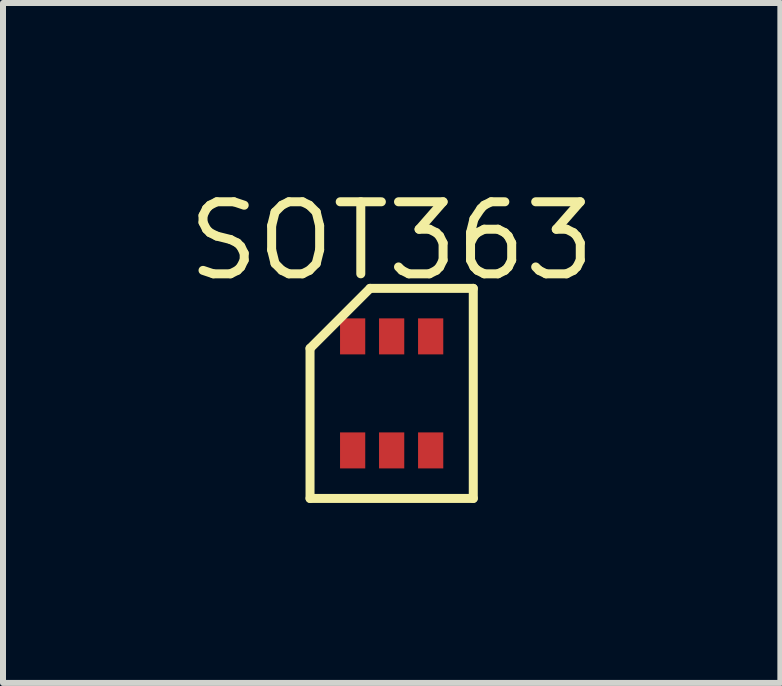
<source format=kicad_pcb>
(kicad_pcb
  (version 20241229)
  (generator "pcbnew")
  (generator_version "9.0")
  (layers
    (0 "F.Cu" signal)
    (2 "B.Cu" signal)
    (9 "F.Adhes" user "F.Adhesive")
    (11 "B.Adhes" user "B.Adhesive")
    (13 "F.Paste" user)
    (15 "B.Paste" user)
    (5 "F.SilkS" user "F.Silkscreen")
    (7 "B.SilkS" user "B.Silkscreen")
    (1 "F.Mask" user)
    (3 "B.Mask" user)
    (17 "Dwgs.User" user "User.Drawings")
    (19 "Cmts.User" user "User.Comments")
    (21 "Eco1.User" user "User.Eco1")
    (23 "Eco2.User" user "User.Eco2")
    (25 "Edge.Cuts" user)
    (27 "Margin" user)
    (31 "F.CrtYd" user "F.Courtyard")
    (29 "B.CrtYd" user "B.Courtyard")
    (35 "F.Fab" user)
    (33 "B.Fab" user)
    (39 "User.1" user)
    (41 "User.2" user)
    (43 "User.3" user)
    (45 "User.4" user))
  (footprint "SOT363"
    (layer "F.Cu")
    (at 3.476 3.505)
    (property "Reference" "SOT363" (at 0 -2.54 180) (layer "F.SilkS") (effects (font (size 1.2 1.2) (thickness 0.15))))
    (attr through_hole)
    (fp_line (start -1.36 -0.75) (end -1.36 1.75) (stroke (width 0.15) (type solid)) (layer "F.SilkS"))
    (fp_line (start -1.36 1.75) (end 1.36 1.75) (stroke (width 0.15) (type solid)) (layer "F.SilkS"))
    (fp_line (start -0.36 -1.75) (end -1.36 -0.75) (stroke (width 0.15) (type solid)) (layer "F.SilkS"))
    (fp_line (start 1.36 -1.75) (end -0.36 -1.75) (stroke (width 0.15) (type solid)) (layer "F.SilkS"))
    (fp_line (start 1.36 1.75) (end 1.36 -1.75) (stroke (width 0.15) (type solid)) (layer "F.SilkS"))
    (pad "1" smd rect (at -0.65 0.95) (size 0.42 0.6) (layers "F.Cu" "F.Mask" "F.Paste"))
    (pad "2" smd rect (at 0 0.95) (size 0.42 0.6) (layers "F.Cu" "F.Mask" "F.Paste"))
    (pad "3" smd rect (at 0.65 0.95) (size 0.42 0.6) (layers "F.Cu" "F.Mask" "F.Paste"))
    (pad "4" smd rect (at 0.65 -0.95) (size 0.42 0.6) (layers "F.Cu" "F.Mask" "F.Paste"))
    (pad "5" smd rect (at 0 -0.95) (size 0.42 0.6) (layers "F.Cu" "F.Mask" "F.Paste"))
    (pad "6" smd rect (at -0.65 -0.95) (size 0.42 0.6) (layers "F.Cu" "F.Mask" "F.Paste")))
  (gr_rect
    (start -3 -3)
    (end 9.953 8.33)
    (stroke (width 0.1) (type default))
    (fill no)
    (layer "Edge.Cuts")))
</source>
